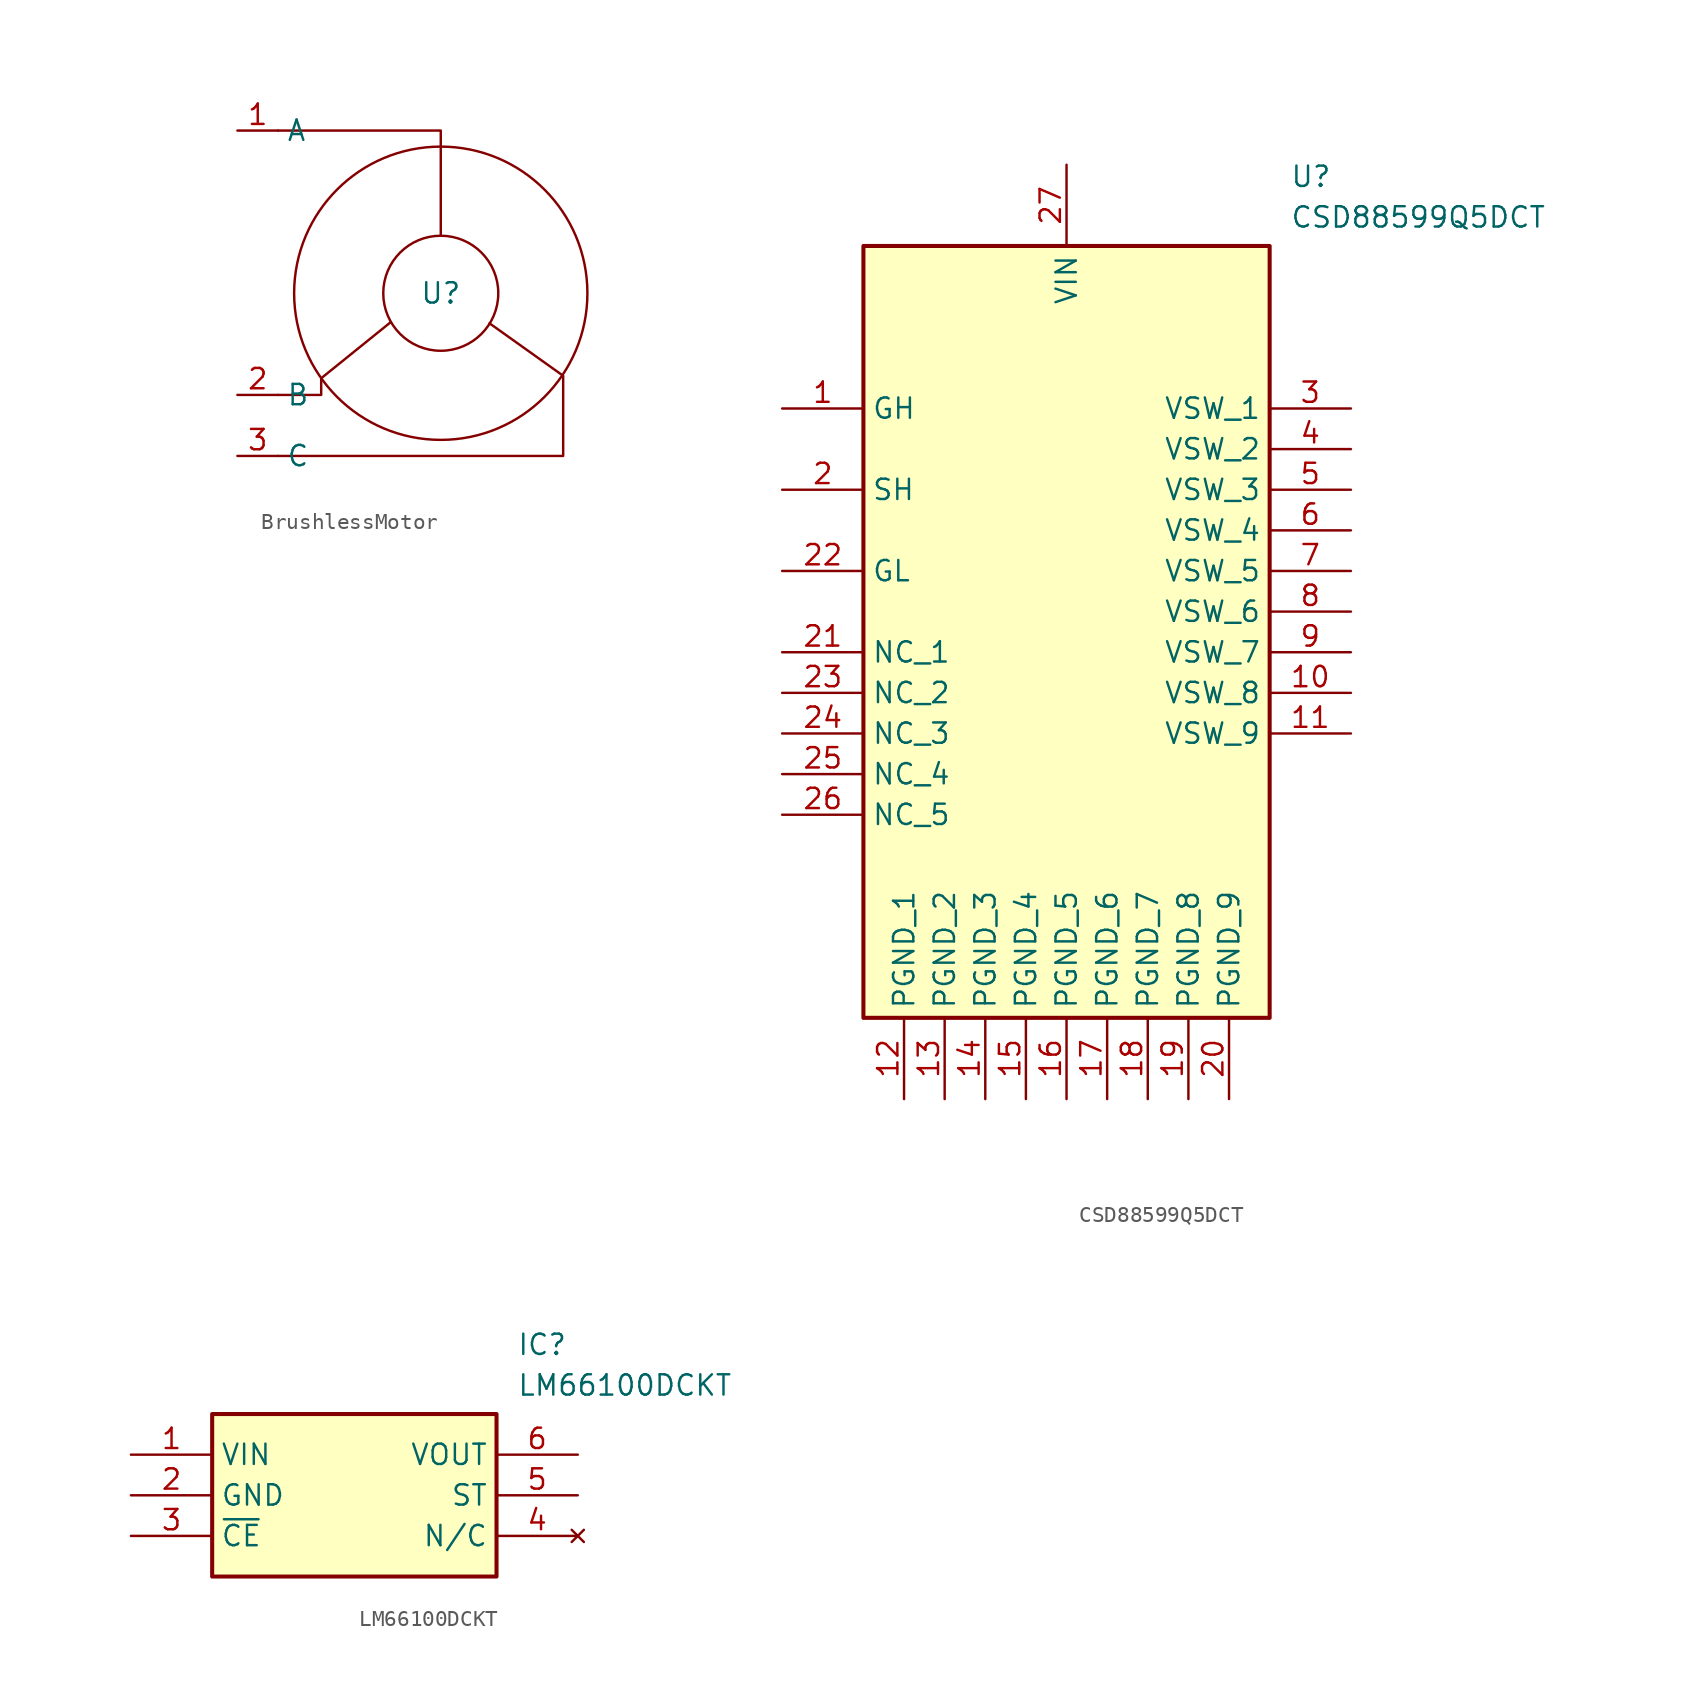
<source format=kicad_sym>
(kicad_symbol_lib
  (version 20220914)
  (generator kicad_symbol_editor)
  (symbol "BrushlessMotor"
    (property "Reference" "U"
      (at 0 0 0)
      (effects (font (size 1.27 1.27))))
    (property "Value" ""
      (at -20.32 -2.54 0)
      (effects (font (size 1.27 1.27))))
    (symbol "BrushlessMotor_0_1"
      (polyline (pts (xy 0 3.607) (xy 0 10.16) (xy -10.16 10.16)) (stroke (width 0) (type default)) (fill (type none)))
      (polyline (pts (xy -3.124 -1.803) (xy -7.468 -5.309) (xy -7.468 -6.35) (xy -10.16 -6.35)) (stroke (width 0) (type default)) (fill (type none)))
      (polyline (pts (xy 3.048 -1.88) (xy 7.645 -5.156) (xy 7.645 -10.16) (xy -10.16 -10.16)) (stroke (width 0) (type default)) (fill (type none)))
      (circle (center 0 0) (radius 3.592) (stroke (width 0) (type default)) (fill (type none)))
      (circle (center 0 0) (radius 9.158) (stroke (width 0) (type default)) (fill (type none))))
    (symbol "BrushlessMotor_1_1"
      (pin power_in line (at -12.7 10.16 0) (length 2.54) (name "A" (effects (font (size 1.27 1.27)))) (number "1" (effects (font (size 1.27 1.27)))))
      (pin power_in line (at -12.7 -6.35 0) (length 2.54) (name "B" (effects (font (size 1.27 1.27)))) (number "2" (effects (font (size 1.27 1.27)))))
      (pin power_in line (at -12.7 -10.16 0) (length 2.54) (name "C" (effects (font (size 1.27 1.27)))) (number "3" (effects (font (size 1.27 1.27)))))))
  (symbol "CSD88599Q5DCT"
    (property "Reference" "U"
      (at 31.75 15.24 0)
      (effects (font (size 1.27 1.27)) (justify left top)))
    (property "Value" "CSD88599Q5DCT"
      (at 31.75 12.7 0)
      (effects (font (size 1.27 1.27)) (justify left top)))
    (symbol "CSD88599Q5DCT_1_1"
      (rectangle (start 5.08 10.16) (end 30.48 -38.1) (stroke (width 0.254) (type default)) (fill (type background)))
      (pin passive line (at 0 0 0) (length 5.08) (name "GH" (effects (font (size 1.27 1.27)))) (number "1" (effects (font (size 1.27 1.27)))))
      (pin passive line (at 35.56 -17.78 180) (length 5.08) (name "VSW_8" (effects (font (size 1.27 1.27)))) (number "10" (effects (font (size 1.27 1.27)))))
      (pin passive line (at 35.56 -20.32 180) (length 5.08) (name "VSW_9" (effects (font (size 1.27 1.27)))) (number "11" (effects (font (size 1.27 1.27)))))
      (pin passive line (at 7.62 -43.18 90) (length 5.08) (name "PGND_1" (effects (font (size 1.27 1.27)))) (number "12" (effects (font (size 1.27 1.27)))))
      (pin passive line (at 10.16 -43.18 90) (length 5.08) (name "PGND_2" (effects (font (size 1.27 1.27)))) (number "13" (effects (font (size 1.27 1.27)))))
      (pin passive line (at 12.7 -43.18 90) (length 5.08) (name "PGND_3" (effects (font (size 1.27 1.27)))) (number "14" (effects (font (size 1.27 1.27)))))
      (pin passive line (at 15.24 -43.18 90) (length 5.08) (name "PGND_4" (effects (font (size 1.27 1.27)))) (number "15" (effects (font (size 1.27 1.27)))))
      (pin passive line (at 17.78 -43.18 90) (length 5.08) (name "PGND_5" (effects (font (size 1.27 1.27)))) (number "16" (effects (font (size 1.27 1.27)))))
      (pin passive line (at 20.32 -43.18 90) (length 5.08) (name "PGND_6" (effects (font (size 1.27 1.27)))) (number "17" (effects (font (size 1.27 1.27)))))
      (pin passive line (at 22.86 -43.18 90) (length 5.08) (name "PGND_7" (effects (font (size 1.27 1.27)))) (number "18" (effects (font (size 1.27 1.27)))))
      (pin passive line (at 25.4 -43.18 90) (length 5.08) (name "PGND_8" (effects (font (size 1.27 1.27)))) (number "19" (effects (font (size 1.27 1.27)))))
      (pin passive line (at 0 -5.08 0) (length 5.08) (name "SH" (effects (font (size 1.27 1.27)))) (number "2" (effects (font (size 1.27 1.27)))))
      (pin passive line (at 27.94 -43.18 90) (length 5.08) (name "PGND_9" (effects (font (size 1.27 1.27)))) (number "20" (effects (font (size 1.27 1.27)))))
      (pin passive line (at 0 -15.24 0) (length 5.08) (name "NC_1" (effects (font (size 1.27 1.27)))) (number "21" (effects (font (size 1.27 1.27)))))
      (pin passive line (at 0 -10.16 0) (length 5.08) (name "GL" (effects (font (size 1.27 1.27)))) (number "22" (effects (font (size 1.27 1.27)))))
      (pin passive line (at 0 -17.78 0) (length 5.08) (name "NC_2" (effects (font (size 1.27 1.27)))) (number "23" (effects (font (size 1.27 1.27)))))
      (pin passive line (at 0 -20.32 0) (length 5.08) (name "NC_3" (effects (font (size 1.27 1.27)))) (number "24" (effects (font (size 1.27 1.27)))))
      (pin passive line (at 0 -22.86 0) (length 5.08) (name "NC_4" (effects (font (size 1.27 1.27)))) (number "25" (effects (font (size 1.27 1.27)))))
      (pin passive line (at 0 -25.4 0) (length 5.08) (name "NC_5" (effects (font (size 1.27 1.27)))) (number "26" (effects (font (size 1.27 1.27)))))
      (pin passive line (at 17.78 15.24 270) (length 5.08) (name "VIN" (effects (font (size 1.27 1.27)))) (number "27" (effects (font (size 1.27 1.27)))))
      (pin passive line (at 35.56 0 180) (length 5.08) (name "VSW_1" (effects (font (size 1.27 1.27)))) (number "3" (effects (font (size 1.27 1.27)))))
      (pin passive line (at 35.56 -2.54 180) (length 5.08) (name "VSW_2" (effects (font (size 1.27 1.27)))) (number "4" (effects (font (size 1.27 1.27)))))
      (pin passive line (at 35.56 -5.08 180) (length 5.08) (name "VSW_3" (effects (font (size 1.27 1.27)))) (number "5" (effects (font (size 1.27 1.27)))))
      (pin passive line (at 35.56 -7.62 180) (length 5.08) (name "VSW_4" (effects (font (size 1.27 1.27)))) (number "6" (effects (font (size 1.27 1.27)))))
      (pin passive line (at 35.56 -10.16 180) (length 5.08) (name "VSW_5" (effects (font (size 1.27 1.27)))) (number "7" (effects (font (size 1.27 1.27)))))
      (pin passive line (at 35.56 -12.7 180) (length 5.08) (name "VSW_6" (effects (font (size 1.27 1.27)))) (number "8" (effects (font (size 1.27 1.27)))))
      (pin passive line (at 35.56 -15.24 180) (length 5.08) (name "VSW_7" (effects (font (size 1.27 1.27)))) (number "9" (effects (font (size 1.27 1.27)))))))
  (symbol "LM66100DCKT"
    (property "Reference" "IC"
      (at 24.13 7.62 0)
      (effects (font (size 1.27 1.27)) (justify left top)))
    (property "Value" "LM66100DCKT"
      (at 24.13 5.08 0)
      (effects (font (size 1.27 1.27)) (justify left top)))
    (rectangle
      (start 5.08 2.54)
      (end 22.86 -7.62)
      (stroke (width 0.254) (type default))
      (fill (type background)))
    (pin passive line
      (at 0 0 0)
      (length 5.08)
      (name "VIN" (effects (font (size 1.27 1.27))))
      (number "1" (effects (font (size 1.27 1.27)))))
    (pin passive line
      (at 0 -2.54 0)
      (length 5.08)
      (name "GND" (effects (font (size 1.27 1.27))))
      (number "2" (effects (font (size 1.27 1.27)))))
    (pin passive line
      (at 0 -5.08 0)
      (length 5.08)
      (name "~{CE}" (effects (font (size 1.27 1.27))))
      (number "3" (effects (font (size 1.27 1.27)))))
    (pin passive line
      (at 27.94 0 180)
      (length 5.08)
      (name "VOUT" (effects (font (size 1.27 1.27))))
      (number "6" (effects (font (size 1.27 1.27)))))
    (pin passive line
      (at 27.94 -2.54 180)
      (length 5.08)
      (name "ST" (effects (font (size 1.27 1.27))))
      (number "5" (effects (font (size 1.27 1.27)))))
    (pin no_connect line
      (at 27.94 -5.08 180)
      (length 5.08)
      (name "N/C" (effects (font (size 1.27 1.27))))
      (number "4" (effects (font (size 1.27 1.27)))))))
</source>
